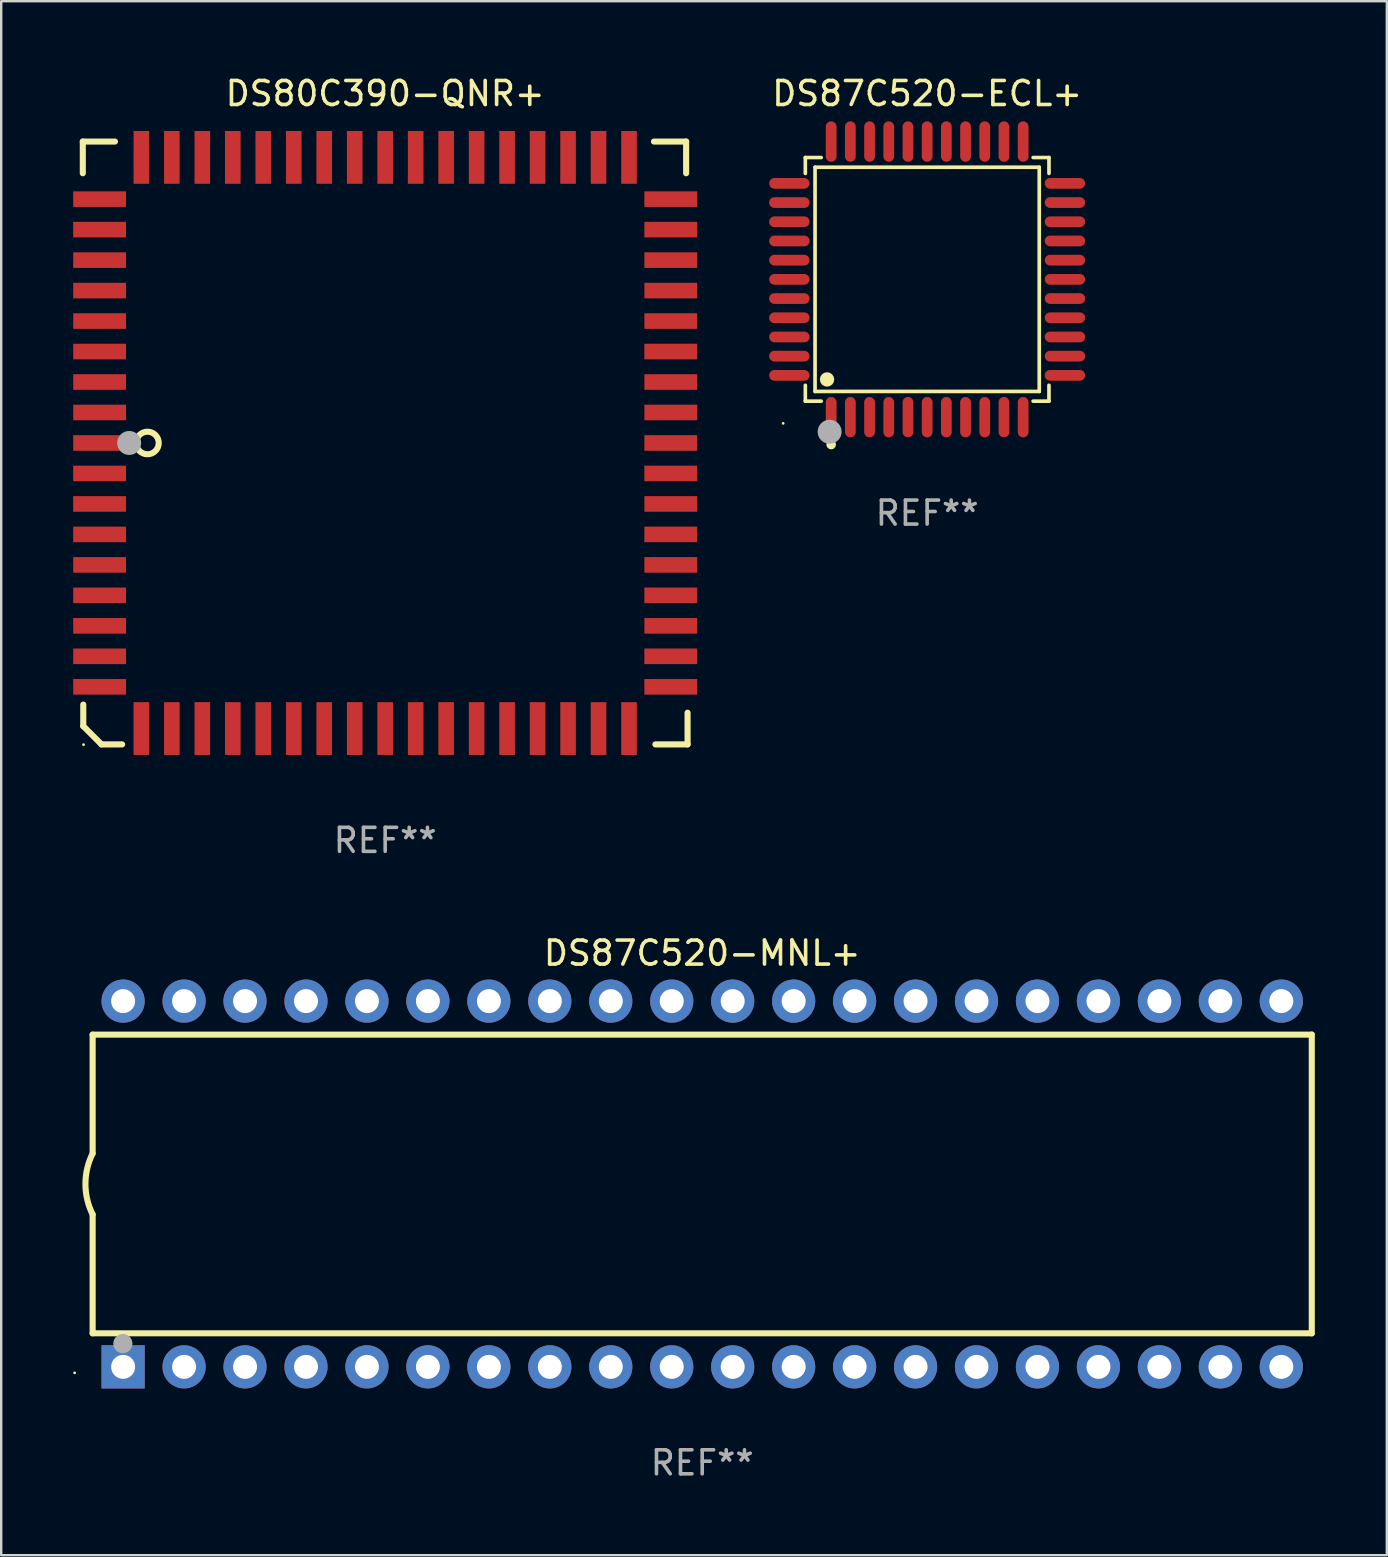
<source format=kicad_pcb>
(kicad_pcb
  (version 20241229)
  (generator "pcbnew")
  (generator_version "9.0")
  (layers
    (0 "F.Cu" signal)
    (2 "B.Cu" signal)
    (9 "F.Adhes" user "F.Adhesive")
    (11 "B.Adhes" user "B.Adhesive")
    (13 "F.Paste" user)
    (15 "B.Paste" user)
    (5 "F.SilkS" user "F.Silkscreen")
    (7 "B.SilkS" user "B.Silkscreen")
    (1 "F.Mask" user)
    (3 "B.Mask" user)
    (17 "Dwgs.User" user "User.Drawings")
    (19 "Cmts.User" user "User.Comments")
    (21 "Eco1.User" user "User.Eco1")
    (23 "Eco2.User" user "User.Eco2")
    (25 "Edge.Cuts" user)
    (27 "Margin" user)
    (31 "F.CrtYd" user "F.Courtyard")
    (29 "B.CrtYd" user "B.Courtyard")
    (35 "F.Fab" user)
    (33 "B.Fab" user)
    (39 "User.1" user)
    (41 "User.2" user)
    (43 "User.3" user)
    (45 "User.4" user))
  (footprint "DS87C520-ECL+"
    (layer "F.Cu")
    (at 35.583 8.59)
    (property "Reference" "DS87C520-ECL+" (at 0 -7.742 0) (layer "F.SilkS") (effects (font (size 1 1) (thickness 0.15))))
    (attr through_hole)
    (fp_line (start -5.076 -5.076) (end -4.415 -5.076) (stroke (width 0.152) (type solid)) (layer "F.SilkS"))
    (fp_line (start -5.076 -4.415) (end -5.076 -5.076) (stroke (width 0.152) (type solid)) (layer "F.SilkS"))
    (fp_line (start -5.076 4.415) (end -5.076 5.076) (stroke (width 0.152) (type solid)) (layer "F.SilkS"))
    (fp_line (start -5.076 5.076) (end -4.415 5.076) (stroke (width 0.152) (type solid)) (layer "F.SilkS"))
    (fp_line (start -4.671 -4.671) (end 4.671 -4.671) (stroke (width 0.152) (type solid)) (layer "F.SilkS"))
    (fp_line (start -4.671 4.671) (end -4.671 -4.671) (stroke (width 0.152) (type solid)) (layer "F.SilkS"))
    (fp_line (start 4.671 -4.671) (end 4.671 4.671) (stroke (width 0.152) (type solid)) (layer "F.SilkS"))
    (fp_line (start 4.671 4.671) (end -4.671 4.671) (stroke (width 0.152) (type solid)) (layer "F.SilkS"))
    (fp_line (start 5.076 -5.076) (end 4.415 -5.076) (stroke (width 0.152) (type solid)) (layer "F.SilkS"))
    (fp_line (start 5.076 -4.415) (end 5.076 -5.076) (stroke (width 0.152) (type solid)) (layer "F.SilkS"))
    (fp_line (start 5.076 4.415) (end 5.076 5.076) (stroke (width 0.152) (type solid)) (layer "F.SilkS"))
    (fp_line (start 5.076 5.076) (end 4.415 5.076) (stroke (width 0.152) (type solid)) (layer "F.SilkS"))
    (fp_circle (center -6 6) (end -5.97 6) (stroke (width 0.06) (type solid)) (fill no) (layer "F.SilkS"))
    (fp_circle (center -4.171 4.171) (end -4.021 4.171) (stroke (width 0.3) (type solid)) (fill no) (layer "F.SilkS"))
    (fp_circle (center -4 6.884) (end -3.9 6.884) (stroke (width 0.2) (type solid)) (fill no) (layer "F.SilkS"))
    (fp_circle (center -4.064 6.35) (end -3.814 6.35) (stroke (width 0.5) (type solid)) (fill no) (layer "F.Fab"))
    (fp_text user "REF**" (at 0 9.742 0) (layer "F.Fab") (effects (font (size 1 1) (thickness 0.15))))
    (pad "1" smd oval (at -4 5.742) (size 0.448 1.684) (layers "F.Cu" "F.Mask" "F.Paste"))
    (pad "2" smd oval (at -3.2 5.742) (size 0.448 1.684) (layers "F.Cu" "F.Mask" "F.Paste"))
    (pad "3" smd oval (at -2.4 5.742) (size 0.448 1.684) (layers "F.Cu" "F.Mask" "F.Paste"))
    (pad "4" smd oval (at -1.6 5.742) (size 0.448 1.684) (layers "F.Cu" "F.Mask" "F.Paste"))
    (pad "5" smd oval (at -0.8 5.742) (size 0.448 1.684) (layers "F.Cu" "F.Mask" "F.Paste"))
    (pad "6" smd oval (at 0 5.742) (size 0.448 1.684) (layers "F.Cu" "F.Mask" "F.Paste"))
    (pad "7" smd oval (at 0.8 5.742) (size 0.448 1.684) (layers "F.Cu" "F.Mask" "F.Paste"))
    (pad "8" smd oval (at 1.6 5.742) (size 0.448 1.684) (layers "F.Cu" "F.Mask" "F.Paste"))
    (pad "9" smd oval (at 2.4 5.742) (size 0.448 1.684) (layers "F.Cu" "F.Mask" "F.Paste"))
    (pad "10" smd oval (at 3.2 5.742) (size 0.448 1.684) (layers "F.Cu" "F.Mask" "F.Paste"))
    (pad "11" smd oval (at 4 5.742) (size 0.448 1.684) (layers "F.Cu" "F.Mask" "F.Paste"))
    (pad "12" smd oval (at 5.742 4) (size 1.684 0.448) (layers "F.Cu" "F.Mask" "F.Paste"))
    (pad "13" smd oval (at 5.742 3.2) (size 1.684 0.448) (layers "F.Cu" "F.Mask" "F.Paste"))
    (pad "14" smd oval (at 5.742 2.4) (size 1.684 0.448) (layers "F.Cu" "F.Mask" "F.Paste"))
    (pad "15" smd oval (at 5.742 1.6) (size 1.684 0.448) (layers "F.Cu" "F.Mask" "F.Paste"))
    (pad "16" smd oval (at 5.742 0.8) (size 1.684 0.448) (layers "F.Cu" "F.Mask" "F.Paste"))
    (pad "17" smd oval (at 5.742 0) (size 1.684 0.448) (layers "F.Cu" "F.Mask" "F.Paste"))
    (pad "18" smd oval (at 5.742 -0.8) (size 1.684 0.448) (layers "F.Cu" "F.Mask" "F.Paste"))
    (pad "19" smd oval (at 5.742 -1.6) (size 1.684 0.448) (layers "F.Cu" "F.Mask" "F.Paste"))
    (pad "20" smd oval (at 5.742 -2.4) (size 1.684 0.448) (layers "F.Cu" "F.Mask" "F.Paste"))
    (pad "21" smd oval (at 5.742 -3.2) (size 1.684 0.448) (layers "F.Cu" "F.Mask" "F.Paste"))
    (pad "22" smd oval (at 5.742 -4) (size 1.684 0.448) (layers "F.Cu" "F.Mask" "F.Paste"))
    (pad "23" smd oval (at 4 -5.742) (size 0.448 1.684) (layers "F.Cu" "F.Mask" "F.Paste"))
    (pad "24" smd oval (at 3.2 -5.742) (size 0.448 1.684) (layers "F.Cu" "F.Mask" "F.Paste"))
    (pad "25" smd oval (at 2.4 -5.742) (size 0.448 1.684) (layers "F.Cu" "F.Mask" "F.Paste"))
    (pad "26" smd oval (at 1.6 -5.742) (size 0.448 1.684) (layers "F.Cu" "F.Mask" "F.Paste"))
    (pad "27" smd oval (at 0.8 -5.742) (size 0.448 1.684) (layers "F.Cu" "F.Mask" "F.Paste"))
    (pad "28" smd oval (at 0 -5.742) (size 0.448 1.684) (layers "F.Cu" "F.Mask" "F.Paste"))
    (pad "29" smd oval (at -0.8 -5.742) (size 0.448 1.684) (layers "F.Cu" "F.Mask" "F.Paste"))
    (pad "30" smd oval (at -1.6 -5.742) (size 0.448 1.684) (layers "F.Cu" "F.Mask" "F.Paste"))
    (pad "31" smd oval (at -2.4 -5.742) (size 0.448 1.684) (layers "F.Cu" "F.Mask" "F.Paste"))
    (pad "32" smd oval (at -3.2 -5.742) (size 0.448 1.684) (layers "F.Cu" "F.Mask" "F.Paste"))
    (pad "33" smd oval (at -4 -5.742) (size 0.448 1.684) (layers "F.Cu" "F.Mask" "F.Paste"))
    (pad "34" smd oval (at -5.742 -4) (size 1.684 0.448) (layers "F.Cu" "F.Mask" "F.Paste"))
    (pad "35" smd oval (at -5.742 -3.2) (size 1.684 0.448) (layers "F.Cu" "F.Mask" "F.Paste"))
    (pad "36" smd oval (at -5.742 -2.4) (size 1.684 0.448) (layers "F.Cu" "F.Mask" "F.Paste"))
    (pad "37" smd oval (at -5.742 -1.6) (size 1.684 0.448) (layers "F.Cu" "F.Mask" "F.Paste"))
    (pad "38" smd oval (at -5.742 -0.8) (size 1.684 0.448) (layers "F.Cu" "F.Mask" "F.Paste"))
    (pad "39" smd oval (at -5.742 0) (size 1.684 0.448) (layers "F.Cu" "F.Mask" "F.Paste"))
    (pad "40" smd oval (at -5.742 0.8) (size 1.684 0.448) (layers "F.Cu" "F.Mask" "F.Paste"))
    (pad "41" smd oval (at -5.742 1.6) (size 1.684 0.448) (layers "F.Cu" "F.Mask" "F.Paste"))
    (pad "42" smd oval (at -5.742 2.4) (size 1.684 0.448) (layers "F.Cu" "F.Mask" "F.Paste"))
    (pad "43" smd oval (at -5.742 3.2) (size 1.684 0.448) (layers "F.Cu" "F.Mask" "F.Paste"))
    (pad "44" smd oval (at -5.742 4) (size 1.684 0.448) (layers "F.Cu" "F.Mask" "F.Paste")))
  (footprint "DS80C390-QNR+"
    (layer "F.Cu")
    (at 13 15.408)
    (property "Reference" "DS80C390-QNR+" (at 0 -14.56 0) (layer "F.SilkS") (effects (font (size 1 1) (thickness 0.15))))
    (attr through_hole)
    (fp_line (start -12.6 -12.56) (end -12.6 -11.24) (stroke (width 0.254) (type solid)) (layer "F.SilkS"))
    (fp_line (start -12.58 10.9) (end -12.58 11.8) (stroke (width 0.254) (type solid)) (layer "F.SilkS"))
    (fp_line (start -12.58 11.8) (end -11.82 12.56) (stroke (width 0.254) (type solid)) (layer "F.SilkS"))
    (fp_line (start -11.82 12.56) (end -10.96 12.56) (stroke (width 0.254) (type solid)) (layer "F.SilkS"))
    (fp_line (start -11.26 -12.56) (end -12.6 -12.56) (stroke (width 0.254) (type solid)) (layer "F.SilkS"))
    (fp_line (start 11.2 -12.56) (end 12.54 -12.56) (stroke (width 0.254) (type solid)) (layer "F.SilkS"))
    (fp_line (start 11.26 12.56) (end 12.6 12.56) (stroke (width 0.254) (type solid)) (layer "F.SilkS"))
    (fp_line (start 12.54 -12.56) (end 12.54 -11.24) (stroke (width 0.254) (type solid)) (layer "F.SilkS"))
    (fp_line (start 12.6 12.56) (end 12.6 11.24) (stroke (width 0.254) (type solid)) (layer "F.SilkS"))
    (fp_circle (center -12.57 12.57) (end -12.54 12.57) (stroke (width 0.06) (type solid)) (fill no) (layer "F.SilkS"))
    (fp_circle (center -9.906 0) (end -9.436 0) (stroke (width 0.254) (type solid)) (fill no) (layer "F.SilkS"))
    (fp_circle (center -10.668 0) (end -10.418 0) (stroke (width 0.5) (type solid)) (fill no) (layer "F.Fab"))
    (fp_text user "REF**" (at 0 16.56 0) (layer "F.Fab") (effects (font (size 1 1) (thickness 0.15))))
    (pad "1" smd rect (at -11.9 -0.000076 270) (size 0.65 2.2) (layers "F.Cu" "F.Mask" "F.Paste"))
    (pad "2" smd rect (at -11.9 1.27 270) (size 0.65 2.2) (layers "F.Cu" "F.Mask" "F.Paste"))
    (pad "3" smd rect (at -11.9 2.54 270) (size 0.65 2.2) (layers "F.Cu" "F.Mask" "F.Paste"))
    (pad "4" smd rect (at -11.9 3.81 270) (size 0.65 2.2) (layers "F.Cu" "F.Mask" "F.Paste"))
    (pad "5" smd rect (at -11.9 5.08 270) (size 0.65 2.2) (layers "F.Cu" "F.Mask" "F.Paste"))
    (pad "6" smd rect (at -11.9 6.35 270) (size 0.65 2.2) (layers "F.Cu" "F.Mask" "F.Paste"))
    (pad "7" smd rect (at -11.9 7.62 270) (size 0.65 2.2) (layers "F.Cu" "F.Mask" "F.Paste"))
    (pad "8" smd rect (at -11.9 8.89 270) (size 0.65 2.2) (layers "F.Cu" "F.Mask" "F.Paste"))
    (pad "9" smd rect (at -11.9 10.16 270) (size 0.65 2.2) (layers "F.Cu" "F.Mask" "F.Paste"))
    (pad "10" smd rect (at -10.16 11.9 270) (size 2.2 0.65) (layers "F.Cu" "F.Mask" "F.Paste"))
    (pad "11" smd rect (at -8.89 11.9 270) (size 2.2 0.65) (layers "F.Cu" "F.Mask" "F.Paste"))
    (pad "12" smd rect (at -7.62 11.9 270) (size 2.2 0.65) (layers "F.Cu" "F.Mask" "F.Paste"))
    (pad "13" smd rect (at -6.35 11.9 270) (size 2.2 0.65) (layers "F.Cu" "F.Mask" "F.Paste"))
    (pad "14" smd rect (at -5.08 11.9 270) (size 2.2 0.65) (layers "F.Cu" "F.Mask" "F.Paste"))
    (pad "15" smd rect (at -3.81 11.9 270) (size 2.2 0.65) (layers "F.Cu" "F.Mask" "F.Paste"))
    (pad "16" smd rect (at -2.54 11.9 270) (size 2.2 0.65) (layers "F.Cu" "F.Mask" "F.Paste"))
    (pad "17" smd rect (at -1.27 11.9 270) (size 2.2 0.65) (layers "F.Cu" "F.Mask" "F.Paste"))
    (pad "18" smd rect (at 0 11.9 270) (size 2.2 0.65) (layers "F.Cu" "F.Mask" "F.Paste"))
    (pad "19" smd rect (at 1.27 11.9 270) (size 2.2 0.65) (layers "F.Cu" "F.Mask" "F.Paste"))
    (pad "20" smd rect (at 2.54 11.9 270) (size 2.2 0.65) (layers "F.Cu" "F.Mask" "F.Paste"))
    (pad "21" smd rect (at 3.81 11.9 270) (size 2.2 0.65) (layers "F.Cu" "F.Mask" "F.Paste"))
    (pad "22" smd rect (at 5.08 11.9 270) (size 2.2 0.65) (layers "F.Cu" "F.Mask" "F.Paste"))
    (pad "23" smd rect (at 6.35 11.9 270) (size 2.2 0.65) (layers "F.Cu" "F.Mask" "F.Paste"))
    (pad "24" smd rect (at 7.62 11.9 270) (size 2.2 0.65) (layers "F.Cu" "F.Mask" "F.Paste"))
    (pad "25" smd rect (at 8.89 11.9 270) (size 2.2 0.65) (layers "F.Cu" "F.Mask" "F.Paste"))
    (pad "26" smd rect (at 10.16 11.9 270) (size 2.2 0.65) (layers "F.Cu" "F.Mask" "F.Paste"))
    (pad "27" smd rect (at 11.9 10.16 270) (size 0.65 2.2) (layers "F.Cu" "F.Mask" "F.Paste"))
    (pad "28" smd rect (at 11.9 8.89 270) (size 0.65 2.2) (layers "F.Cu" "F.Mask" "F.Paste"))
    (pad "29" smd rect (at 11.9 7.62 270) (size 0.65 2.2) (layers "F.Cu" "F.Mask" "F.Paste"))
    (pad "30" smd rect (at 11.9 6.35 270) (size 0.65 2.2) (layers "F.Cu" "F.Mask" "F.Paste"))
    (pad "31" smd rect (at 11.9 5.08 270) (size 0.65 2.2) (layers "F.Cu" "F.Mask" "F.Paste"))
    (pad "32" smd rect (at 11.9 3.81 270) (size 0.65 2.2) (layers "F.Cu" "F.Mask" "F.Paste"))
    (pad "33" smd rect (at 11.9 2.54 270) (size 0.65 2.2) (layers "F.Cu" "F.Mask" "F.Paste"))
    (pad "34" smd rect (at 11.9 1.27 270) (size 0.65 2.2) (layers "F.Cu" "F.Mask" "F.Paste"))
    (pad "35" smd rect (at 11.9 -0.000076 270) (size 0.65 2.2) (layers "F.Cu" "F.Mask" "F.Paste"))
    (pad "36" smd rect (at 11.9 -1.27 270) (size 0.65 2.2) (layers "F.Cu" "F.Mask" "F.Paste"))
    (pad "37" smd rect (at 11.9 -2.54 270) (size 0.65 2.2) (layers "F.Cu" "F.Mask" "F.Paste"))
    (pad "38" smd rect (at 11.9 -3.81 270) (size 0.65 2.2) (layers "F.Cu" "F.Mask" "F.Paste"))
    (pad "39" smd rect (at 11.9 -5.08 270) (size 0.65 2.2) (layers "F.Cu" "F.Mask" "F.Paste"))
    (pad "40" smd rect (at 11.9 -6.35 270) (size 0.65 2.2) (layers "F.Cu" "F.Mask" "F.Paste"))
    (pad "41" smd rect (at 11.9 -7.62 270) (size 0.65 2.2) (layers "F.Cu" "F.Mask" "F.Paste"))
    (pad "42" smd rect (at 11.9 -8.89 270) (size 0.65 2.2) (layers "F.Cu" "F.Mask" "F.Paste"))
    (pad "43" smd rect (at 11.9 -10.16 270) (size 0.65 2.2) (layers "F.Cu" "F.Mask" "F.Paste"))
    (pad "44" smd rect (at 10.16 -11.9 270) (size 2.2 0.65) (layers "F.Cu" "F.Mask" "F.Paste"))
    (pad "45" smd rect (at 8.89 -11.9 270) (size 2.2 0.65) (layers "F.Cu" "F.Mask" "F.Paste"))
    (pad "46" smd rect (at 7.62 -11.9 270) (size 2.2 0.65) (layers "F.Cu" "F.Mask" "F.Paste"))
    (pad "47" smd rect (at 6.35 -11.9 270) (size 2.2 0.65) (layers "F.Cu" "F.Mask" "F.Paste"))
    (pad "48" smd rect (at 5.08 -11.9 270) (size 2.2 0.65) (layers "F.Cu" "F.Mask" "F.Paste"))
    (pad "49" smd rect (at 3.81 -11.9 270) (size 2.2 0.65) (layers "F.Cu" "F.Mask" "F.Paste"))
    (pad "50" smd rect (at 2.54 -11.9 270) (size 2.2 0.65) (layers "F.Cu" "F.Mask" "F.Paste"))
    (pad "51" smd rect (at 1.27 -11.9 270) (size 2.2 0.65) (layers "F.Cu" "F.Mask" "F.Paste"))
    (pad "52" smd rect (at 0 -11.9 270) (size 2.2 0.65) (layers "F.Cu" "F.Mask" "F.Paste"))
    (pad "53" smd rect (at -1.27 -11.9 270) (size 2.2 0.65) (layers "F.Cu" "F.Mask" "F.Paste"))
    (pad "54" smd rect (at -2.54 -11.9 270) (size 2.2 0.65) (layers "F.Cu" "F.Mask" "F.Paste"))
    (pad "55" smd rect (at -3.81 -11.9 270) (size 2.2 0.65) (layers "F.Cu" "F.Mask" "F.Paste"))
    (pad "56" smd rect (at -5.08 -11.9 270) (size 2.2 0.65) (layers "F.Cu" "F.Mask" "F.Paste"))
    (pad "57" smd rect (at -6.35 -11.9 270) (size 2.2 0.65) (layers "F.Cu" "F.Mask" "F.Paste"))
    (pad "58" smd rect (at -7.62 -11.9 270) (size 2.2 0.65) (layers "F.Cu" "F.Mask" "F.Paste"))
    (pad "59" smd rect (at -8.89 -11.9 270) (size 2.2 0.65) (layers "F.Cu" "F.Mask" "F.Paste"))
    (pad "60" smd rect (at -10.16 -11.9 270) (size 2.2 0.65) (layers "F.Cu" "F.Mask" "F.Paste"))
    (pad "61" smd rect (at -11.9 -10.16 270) (size 0.65 2.2) (layers "F.Cu" "F.Mask" "F.Paste"))
    (pad "62" smd rect (at -11.9 -8.89 270) (size 0.65 2.2) (layers "F.Cu" "F.Mask" "F.Paste"))
    (pad "63" smd rect (at -11.9 -7.62 270) (size 0.65 2.2) (layers "F.Cu" "F.Mask" "F.Paste"))
    (pad "64" smd rect (at -11.9 -6.35 270) (size 0.65 2.2) (layers "F.Cu" "F.Mask" "F.Paste"))
    (pad "65" smd rect (at -11.9 -5.08 270) (size 0.65 2.2) (layers "F.Cu" "F.Mask" "F.Paste"))
    (pad "66" smd rect (at -11.9 -3.81 270) (size 0.65 2.2) (layers "F.Cu" "F.Mask" "F.Paste"))
    (pad "67" smd rect (at -11.9 -2.54 270) (size 0.65 2.2) (layers "F.Cu" "F.Mask" "F.Paste"))
    (pad "68" smd rect (at -11.9 -1.27 270) (size 0.65 2.2) (layers "F.Cu" "F.Mask" "F.Paste")))
  (footprint "DS87C520-MNL+"
    (layer "F.Cu")
    (at 26.21 46.285)
    (property "Reference" "DS87C520-MNL+" (at 0 -9.62 0) (layer "F.SilkS") (effects (font (size 1 1) (thickness 0.15))))
    (attr through_hole)
    (fp_line (start -25.4 -6.224) (end -25.4 -1.271) (stroke (width 0.254) (type solid)) (layer "F.SilkS"))
    (fp_line (start -25.4 -6.224) (end 25.4 -6.224) (stroke (width 0.254) (type solid)) (layer "F.SilkS"))
    (fp_line (start -25.4 1.269) (end -25.4 6.222) (stroke (width 0.254) (type solid)) (layer "F.SilkS"))
    (fp_line (start -25.4 6.222) (end 25.4 6.222) (stroke (width 0.254) (type solid)) (layer "F.SilkS"))
    (fp_line (start 25.4 6.222) (end 25.4 -6.224) (stroke (width 0.254) (type solid)) (layer "F.SilkS"))
    (fp_arc (start -25.4 1.269241) (mid -25.699807 -0.000762) (end -25.4 -1.270765) (stroke (width 0.254001) (type solid)) (layer "F.SilkS"))
    (fp_circle (center -26.15 7.87) (end -26.12 7.87) (stroke (width 0.06) (type solid)) (fill no) (layer "F.SilkS"))
    (fp_circle (center -24.14 6.65) (end -23.94 6.65) (stroke (width 0.4) (type solid)) (fill no) (layer "F.Fab"))
    (fp_text user "REF**" (at 0 11.62 0) (layer "F.Fab") (effects (font (size 1 1) (thickness 0.15))))
    (pad "1" thru_hole rect (at -24.13 7.62 90) (size 1.8 1.8) (drill 1) (layers "*.Cu" "*.Mask"))
    (pad "2" thru_hole circle (at -21.59 7.62) (size 1.8 1.8) (drill 1) (layers "*.Cu" "*.Mask"))
    (pad "3" thru_hole circle (at -19.05 7.62) (size 1.8 1.8) (drill 1) (layers "*.Cu" "*.Mask"))
    (pad "4" thru_hole circle (at -16.51 7.62) (size 1.8 1.8) (drill 1) (layers "*.Cu" "*.Mask"))
    (pad "5" thru_hole circle (at -13.97 7.62) (size 1.8 1.8) (drill 1) (layers "*.Cu" "*.Mask"))
    (pad "6" thru_hole circle (at -11.43 7.62) (size 1.8 1.8) (drill 1) (layers "*.Cu" "*.Mask"))
    (pad "7" thru_hole circle (at -8.89 7.62) (size 1.8 1.8) (drill 1) (layers "*.Cu" "*.Mask"))
    (pad "8" thru_hole circle (at -6.35 7.62) (size 1.8 1.8) (drill 1) (layers "*.Cu" "*.Mask"))
    (pad "9" thru_hole circle (at -3.81 7.62) (size 1.8 1.8) (drill 1) (layers "*.Cu" "*.Mask"))
    (pad "10" thru_hole circle (at -1.27 7.62) (size 1.8 1.8) (drill 1) (layers "*.Cu" "*.Mask"))
    (pad "11" thru_hole circle (at 1.27 7.62) (size 1.8 1.8) (drill 1) (layers "*.Cu" "*.Mask"))
    (pad "12" thru_hole circle (at 3.81 7.62) (size 1.8 1.8) (drill 1) (layers "*.Cu" "*.Mask"))
    (pad "13" thru_hole circle (at 6.35 7.62) (size 1.8 1.8) (drill 1) (layers "*.Cu" "*.Mask"))
    (pad "14" thru_hole circle (at 8.89 7.62) (size 1.8 1.8) (drill 1) (layers "*.Cu" "*.Mask"))
    (pad "15" thru_hole circle (at 11.43 7.62) (size 1.8 1.8) (drill 1) (layers "*.Cu" "*.Mask"))
    (pad "16" thru_hole circle (at 13.97 7.62) (size 1.8 1.8) (drill 1) (layers "*.Cu" "*.Mask"))
    (pad "17" thru_hole circle (at 16.51 7.62) (size 1.8 1.8) (drill 1) (layers "*.Cu" "*.Mask"))
    (pad "18" thru_hole circle (at 19.05 7.62) (size 1.8 1.8) (drill 1) (layers "*.Cu" "*.Mask"))
    (pad "19" thru_hole circle (at 21.59 7.62) (size 1.8 1.8) (drill 1) (layers "*.Cu" "*.Mask"))
    (pad "20" thru_hole circle (at 24.13 7.62) (size 1.8 1.8) (drill 1) (layers "*.Cu" "*.Mask"))
    (pad "21" thru_hole circle (at 24.13 -7.62) (size 1.8 1.8) (drill 1) (layers "*.Cu" "*.Mask"))
    (pad "22" thru_hole circle (at 21.59 -7.62) (size 1.8 1.8) (drill 1) (layers "*.Cu" "*.Mask"))
    (pad "23" thru_hole circle (at 19.05 -7.62) (size 1.8 1.8) (drill 1) (layers "*.Cu" "*.Mask"))
    (pad "24" thru_hole circle (at 16.51 -7.62) (size 1.8 1.8) (drill 1) (layers "*.Cu" "*.Mask"))
    (pad "25" thru_hole circle (at 13.97 -7.62) (size 1.8 1.8) (drill 1) (layers "*.Cu" "*.Mask"))
    (pad "26" thru_hole circle (at 11.43 -7.62) (size 1.8 1.8) (drill 1) (layers "*.Cu" "*.Mask"))
    (pad "27" thru_hole circle (at 8.89 -7.62) (size 1.8 1.8) (drill 1) (layers "*.Cu" "*.Mask"))
    (pad "28" thru_hole circle (at 6.35 -7.62) (size 1.8 1.8) (drill 1) (layers "*.Cu" "*.Mask"))
    (pad "29" thru_hole circle (at 3.81 -7.62) (size 1.8 1.8) (drill 1) (layers "*.Cu" "*.Mask"))
    (pad "30" thru_hole circle (at 1.27 -7.62) (size 1.8 1.8) (drill 1) (layers "*.Cu" "*.Mask"))
    (pad "31" thru_hole circle (at -1.27 -7.62) (size 1.8 1.8) (drill 1) (layers "*.Cu" "*.Mask"))
    (pad "32" thru_hole circle (at -3.81 -7.62) (size 1.8 1.8) (drill 1) (layers "*.Cu" "*.Mask"))
    (pad "33" thru_hole circle (at -6.35 -7.62) (size 1.8 1.8) (drill 1) (layers "*.Cu" "*.Mask"))
    (pad "34" thru_hole circle (at -8.89 -7.62) (size 1.8 1.8) (drill 1) (layers "*.Cu" "*.Mask"))
    (pad "35" thru_hole circle (at -11.43 -7.62) (size 1.8 1.8) (drill 1) (layers "*.Cu" "*.Mask"))
    (pad "36" thru_hole circle (at -13.97 -7.62) (size 1.8 1.8) (drill 1) (layers "*.Cu" "*.Mask"))
    (pad "37" thru_hole circle (at -16.51 -7.62) (size 1.8 1.8) (drill 1) (layers "*.Cu" "*.Mask"))
    (pad "38" thru_hole circle (at -19.05 -7.62) (size 1.8 1.8) (drill 1) (layers "*.Cu" "*.Mask"))
    (pad "39" thru_hole circle (at -21.59 -7.62) (size 1.8 1.8) (drill 1) (layers "*.Cu" "*.Mask"))
    (pad "40" thru_hole circle (at -24.13 -7.62) (size 1.8 1.8) (drill 1) (layers "*.Cu" "*.Mask")))
  (gr_rect
    (start -3 -3)
    (end 54.737 61.753)
    (stroke (width 0.1) (type default))
    (fill no)
    (layer "Edge.Cuts")))
</source>
